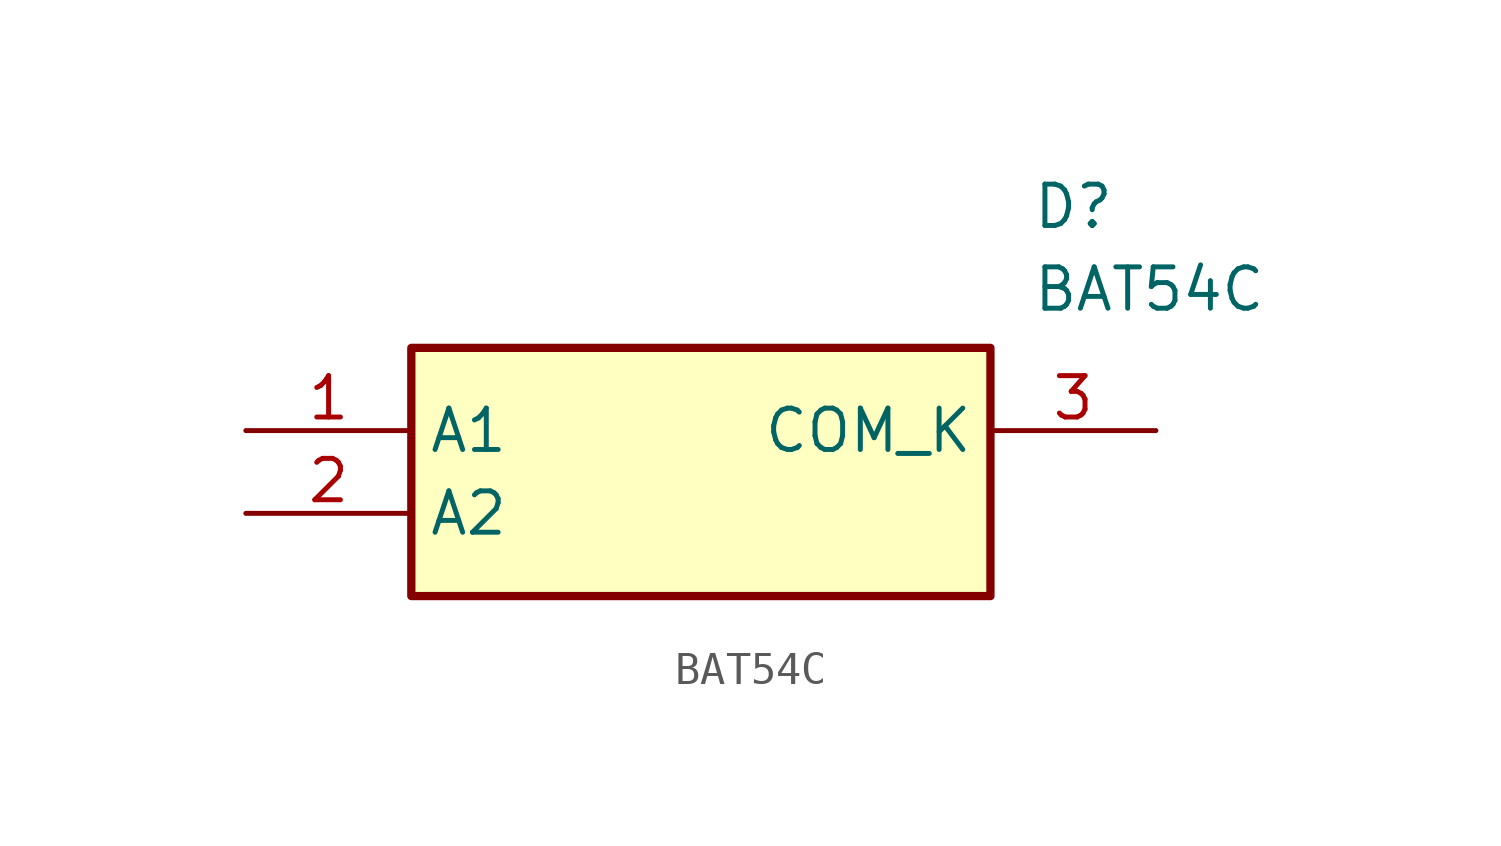
<source format=kicad_sym>
(kicad_symbol_lib
  (version 20211014)
  (generator SamacSys_ECAD_Model)
  (symbol "BAT54C"
    (property "Reference" "D"
      (at 24.13 7.62 0)
      (effects (font (size 1.27 1.27)) (justify left top)))
    (property "Value" "BAT54C"
      (at 24.13 5.08 0)
      (effects (font (size 1.27 1.27)) (justify left top)))
    (rectangle
      (start 5.08 2.54)
      (end 22.86 -5.08)
      (stroke (width 0.254) (type default))
      (fill (type background)))
    (pin passive line
      (at 0 0 0)
      (length 5.08)
      (name "A1" (effects (font (size 1.27 1.27))))
      (number "1" (effects (font (size 1.27 1.27)))))
    (pin passive line
      (at 0 -2.54 0)
      (length 5.08)
      (name "A2" (effects (font (size 1.27 1.27))))
      (number "2" (effects (font (size 1.27 1.27)))))
    (pin passive line
      (at 27.94 0 180)
      (length 5.08)
      (name "COM_K" (effects (font (size 1.27 1.27))))
      (number "3" (effects (font (size 1.27 1.27)))))))
</source>
